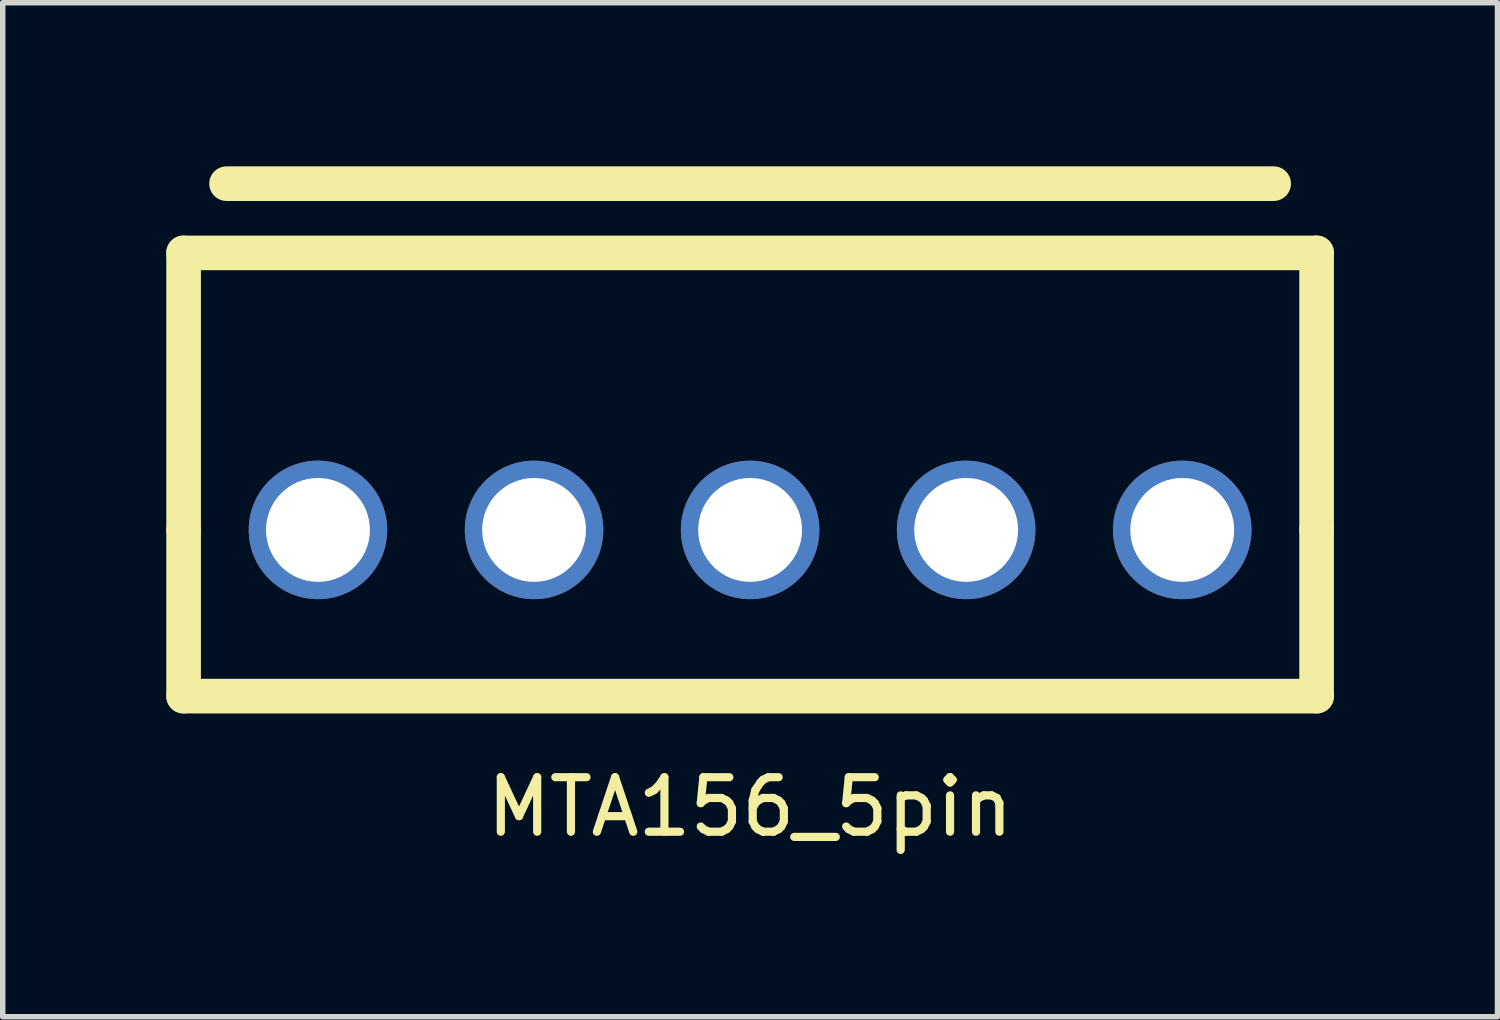
<source format=kicad_pcb>
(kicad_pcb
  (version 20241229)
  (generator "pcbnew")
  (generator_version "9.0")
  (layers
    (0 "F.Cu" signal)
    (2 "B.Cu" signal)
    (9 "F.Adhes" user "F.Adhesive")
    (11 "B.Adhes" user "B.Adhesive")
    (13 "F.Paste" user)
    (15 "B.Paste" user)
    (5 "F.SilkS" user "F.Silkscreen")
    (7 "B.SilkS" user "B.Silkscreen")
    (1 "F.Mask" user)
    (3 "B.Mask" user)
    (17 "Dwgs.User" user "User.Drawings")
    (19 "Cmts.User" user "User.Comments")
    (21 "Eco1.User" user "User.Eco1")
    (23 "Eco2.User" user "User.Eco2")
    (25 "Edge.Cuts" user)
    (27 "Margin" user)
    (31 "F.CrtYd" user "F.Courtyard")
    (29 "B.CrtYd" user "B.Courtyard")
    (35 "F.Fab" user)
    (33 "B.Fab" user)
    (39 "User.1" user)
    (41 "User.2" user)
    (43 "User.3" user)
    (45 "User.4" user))
  (footprint "MTA156_5pin"
    (layer "F.Cu")
    (at 10.706 6.668)
    (property "Reference" "MTA156_5pin" (at 0 5.08 0) (layer "F.SilkS") (effects (font (size 1 1) (thickness 0.15))))
    (attr through_hole)
    (fp_line (start -10.389 -5.08) (end 10.389 -5.08) (stroke (width 0.635) (type solid)) (layer "F.SilkS"))
    (fp_line (start -10.389 0) (end -10.389 -5.08) (stroke (width 0.635) (type solid)) (layer "F.SilkS"))
    (fp_line (start -10.389 0) (end -10.389 3.048) (stroke (width 0.635) (type solid)) (layer "F.SilkS"))
    (fp_line (start -10.389 3.048) (end 10.389 3.048) (stroke (width 0.635) (type solid)) (layer "F.SilkS"))
    (fp_line (start -9.601 -6.35) (end 9.601 -6.35) (stroke (width 0.635) (type solid)) (layer "F.SilkS"))
    (fp_line (start 10.389 -5.08) (end 10.389 0) (stroke (width 0.635) (type solid)) (layer "F.SilkS"))
    (fp_line (start 10.389 3.048) (end 10.389 0) (stroke (width 0.635) (type solid)) (layer "F.SilkS"))
    (pad "1" thru_hole circle (at -7.925 0 180) (size 2.54 2.54) (drill 1.905) (layers "*.Cu" "*.Mask"))
    (pad "2" thru_hole circle (at -3.962 0 180) (size 2.54 2.54) (drill 1.905) (layers "*.Cu" "*.Mask"))
    (pad "3" thru_hole circle (at 0 0 180) (size 2.54 2.54) (drill 1.905) (layers "*.Cu" "*.Mask"))
    (pad "4" thru_hole circle (at 3.962 0 180) (size 2.54 2.54) (drill 1.905) (layers "*.Cu" "*.Mask"))
    (pad "5" thru_hole circle (at 7.925 0 180) (size 2.54 2.54) (drill 1.905) (layers "*.Cu" "*.Mask")))
  (gr_rect
    (start -3 -3)
    (end 24.412 15.596)
    (stroke (width 0.1) (type default))
    (fill no)
    (layer "Edge.Cuts")))
</source>
